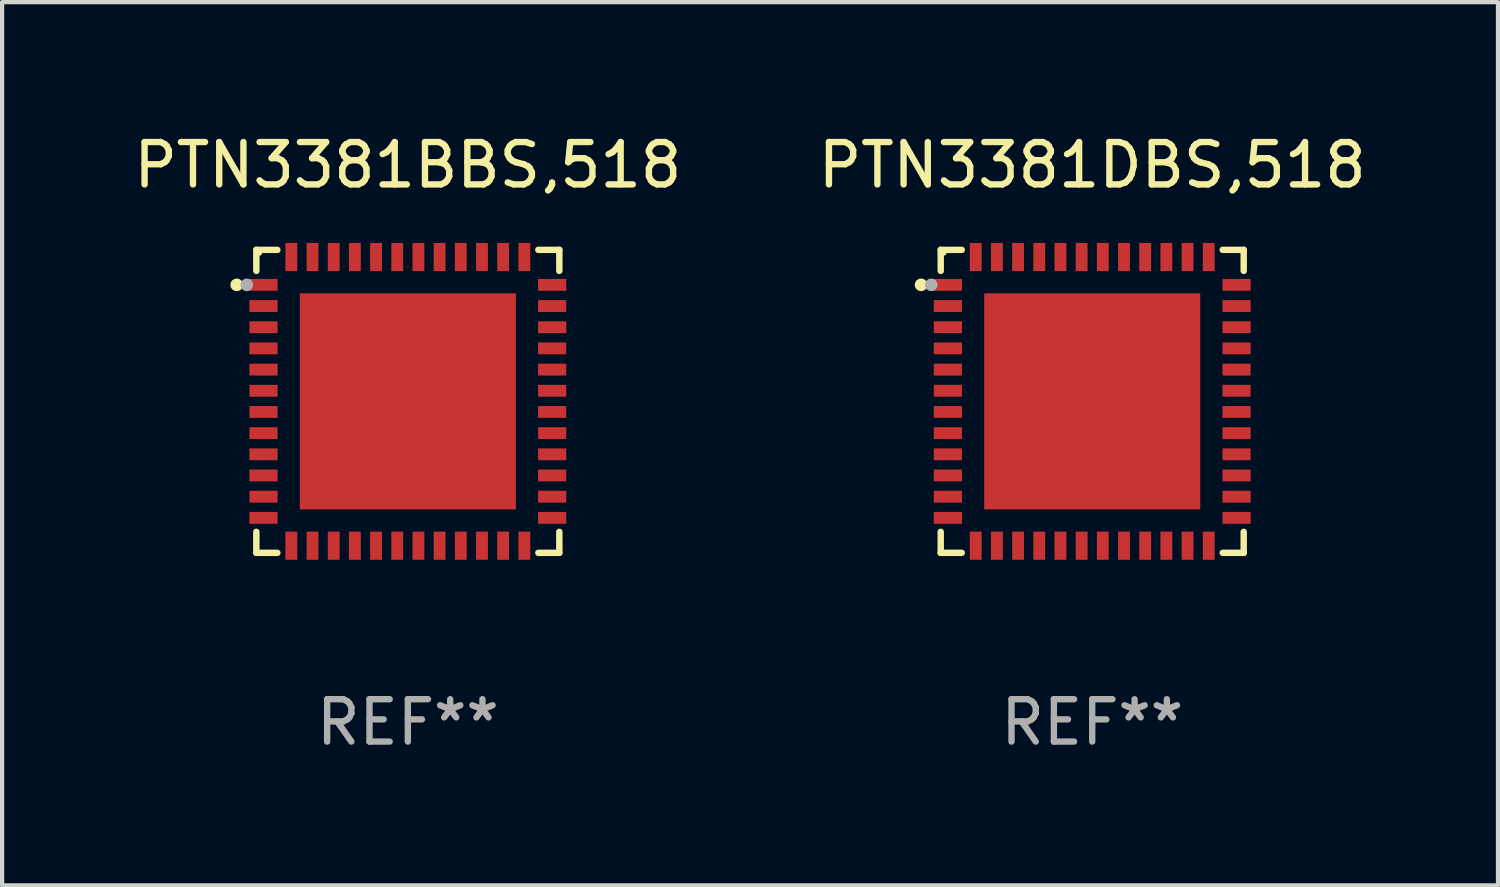
<source format=kicad_pcb>
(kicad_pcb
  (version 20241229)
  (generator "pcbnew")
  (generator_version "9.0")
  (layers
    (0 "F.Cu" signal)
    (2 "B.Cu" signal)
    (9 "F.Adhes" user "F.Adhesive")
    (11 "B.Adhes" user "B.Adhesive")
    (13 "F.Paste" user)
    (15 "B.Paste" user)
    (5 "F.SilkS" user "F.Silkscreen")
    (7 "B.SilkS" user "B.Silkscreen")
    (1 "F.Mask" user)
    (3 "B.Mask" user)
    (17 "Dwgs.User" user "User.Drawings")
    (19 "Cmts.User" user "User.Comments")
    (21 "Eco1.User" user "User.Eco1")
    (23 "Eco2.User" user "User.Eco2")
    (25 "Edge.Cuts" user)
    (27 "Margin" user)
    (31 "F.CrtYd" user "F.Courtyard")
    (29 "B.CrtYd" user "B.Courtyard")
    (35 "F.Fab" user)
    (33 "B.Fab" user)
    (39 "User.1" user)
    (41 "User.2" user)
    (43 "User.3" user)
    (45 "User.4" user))
  (footprint "PTN3381DBS,518"
    (layer "F.Cu")
    (at 22.732 6.424)
    (property "Reference" "PTN3381DBS,518" (at 0 -5.576 0) (layer "F.SilkS") (effects (font (size 1 1) (thickness 0.15))))
    (attr through_hole)
    (fp_line (start -3.576 -3.576) (end -3.576 -3.08) (stroke (width 0.152) (type solid)) (layer "F.SilkS"))
    (fp_line (start -3.576 3.576) (end -3.576 3.08) (stroke (width 0.152) (type solid)) (layer "F.SilkS"))
    (fp_line (start -3.08 -3.576) (end -3.576 -3.576) (stroke (width 0.152) (type solid)) (layer "F.SilkS"))
    (fp_line (start -3.08 3.576) (end -3.576 3.576) (stroke (width 0.152) (type solid)) (layer "F.SilkS"))
    (fp_line (start 3.08 -3.576) (end 3.576 -3.576) (stroke (width 0.152) (type solid)) (layer "F.SilkS"))
    (fp_line (start 3.08 3.576) (end 3.576 3.576) (stroke (width 0.152) (type solid)) (layer "F.SilkS"))
    (fp_line (start 3.576 -3.576) (end 3.576 -3.08) (stroke (width 0.152) (type solid)) (layer "F.SilkS"))
    (fp_line (start 3.576 3.576) (end 3.576 3.08) (stroke (width 0.152) (type solid)) (layer "F.SilkS"))
    (fp_circle (center -4.04 -2.75) (end -3.965 -2.75) (stroke (width 0.15) (type solid)) (fill no) (layer "F.SilkS"))
    (fp_circle (center -3.5 -3.5) (end -3.47 -3.5) (stroke (width 0.06) (type solid)) (fill no) (layer "F.SilkS"))
    (fp_circle (center -3.8 -2.75) (end -3.725 -2.75) (stroke (width 0.15) (type solid)) (fill no) (layer "F.Fab"))
    (fp_text user "REF**" (at 0 7.576 0) (layer "F.Fab") (effects (font (size 1 1) (thickness 0.15))))
    (pad "1" smd rect (at -3.407 -2.75) (size 0.665 0.28) (layers "F.Cu" "F.Mask" "F.Paste"))
    (pad "2" smd rect (at -3.407 -2.25) (size 0.665 0.28) (layers "F.Cu" "F.Mask" "F.Paste"))
    (pad "3" smd rect (at -3.407 -1.75) (size 0.665 0.28) (layers "F.Cu" "F.Mask" "F.Paste"))
    (pad "4" smd rect (at -3.407 -1.25) (size 0.665 0.28) (layers "F.Cu" "F.Mask" "F.Paste"))
    (pad "5" smd rect (at -3.407 -0.75) (size 0.665 0.28) (layers "F.Cu" "F.Mask" "F.Paste"))
    (pad "6" smd rect (at -3.407 -0.25) (size 0.665 0.28) (layers "F.Cu" "F.Mask" "F.Paste"))
    (pad "7" smd rect (at -3.407 0.25) (size 0.665 0.28) (layers "F.Cu" "F.Mask" "F.Paste"))
    (pad "8" smd rect (at -3.407 0.75) (size 0.665 0.28) (layers "F.Cu" "F.Mask" "F.Paste"))
    (pad "9" smd rect (at -3.407 1.25) (size 0.665 0.28) (layers "F.Cu" "F.Mask" "F.Paste"))
    (pad "10" smd rect (at -3.407 1.75) (size 0.665 0.28) (layers "F.Cu" "F.Mask" "F.Paste"))
    (pad "11" smd rect (at -3.407 2.25) (size 0.665 0.28) (layers "F.Cu" "F.Mask" "F.Paste"))
    (pad "12" smd rect (at -3.407 2.75) (size 0.665 0.28) (layers "F.Cu" "F.Mask" "F.Paste"))
    (pad "13" smd rect (at -2.75 3.407) (size 0.28 0.665) (layers "F.Cu" "F.Mask" "F.Paste"))
    (pad "14" smd rect (at -2.25 3.407) (size 0.28 0.665) (layers "F.Cu" "F.Mask" "F.Paste"))
    (pad "15" smd rect (at -1.75 3.407) (size 0.28 0.665) (layers "F.Cu" "F.Mask" "F.Paste"))
    (pad "16" smd rect (at -1.25 3.407) (size 0.28 0.665) (layers "F.Cu" "F.Mask" "F.Paste"))
    (pad "17" smd rect (at -0.75 3.407) (size 0.28 0.665) (layers "F.Cu" "F.Mask" "F.Paste"))
    (pad "18" smd rect (at -0.25 3.407) (size 0.28 0.665) (layers "F.Cu" "F.Mask" "F.Paste"))
    (pad "19" smd rect (at 0.25 3.407) (size 0.28 0.665) (layers "F.Cu" "F.Mask" "F.Paste"))
    (pad "20" smd rect (at 0.75 3.407) (size 0.28 0.665) (layers "F.Cu" "F.Mask" "F.Paste"))
    (pad "21" smd rect (at 1.25 3.407) (size 0.28 0.665) (layers "F.Cu" "F.Mask" "F.Paste"))
    (pad "22" smd rect (at 1.75 3.407) (size 0.28 0.665) (layers "F.Cu" "F.Mask" "F.Paste"))
    (pad "23" smd rect (at 2.25 3.407) (size 0.28 0.665) (layers "F.Cu" "F.Mask" "F.Paste"))
    (pad "24" smd rect (at 2.75 3.407) (size 0.28 0.665) (layers "F.Cu" "F.Mask" "F.Paste"))
    (pad "25" smd rect (at 3.407 2.75) (size 0.665 0.28) (layers "F.Cu" "F.Mask" "F.Paste"))
    (pad "26" smd rect (at 3.407 2.25) (size 0.665 0.28) (layers "F.Cu" "F.Mask" "F.Paste"))
    (pad "27" smd rect (at 3.407 1.75) (size 0.665 0.28) (layers "F.Cu" "F.Mask" "F.Paste"))
    (pad "28" smd rect (at 3.407 1.25) (size 0.665 0.28) (layers "F.Cu" "F.Mask" "F.Paste"))
    (pad "29" smd rect (at 3.407 0.75) (size 0.665 0.28) (layers "F.Cu" "F.Mask" "F.Paste"))
    (pad "30" smd rect (at 3.407 0.25) (size 0.665 0.28) (layers "F.Cu" "F.Mask" "F.Paste"))
    (pad "31" smd rect (at 3.407 -0.25) (size 0.665 0.28) (layers "F.Cu" "F.Mask" "F.Paste"))
    (pad "32" smd rect (at 3.407 -0.75) (size 0.665 0.28) (layers "F.Cu" "F.Mask" "F.Paste"))
    (pad "33" smd rect (at 3.407 -1.25) (size 0.665 0.28) (layers "F.Cu" "F.Mask" "F.Paste"))
    (pad "34" smd rect (at 3.407 -1.75) (size 0.665 0.28) (layers "F.Cu" "F.Mask" "F.Paste"))
    (pad "35" smd rect (at 3.407 -2.25) (size 0.665 0.28) (layers "F.Cu" "F.Mask" "F.Paste"))
    (pad "36" smd rect (at 3.407 -2.75) (size 0.665 0.28) (layers "F.Cu" "F.Mask" "F.Paste"))
    (pad "37" smd rect (at 2.75 -3.407) (size 0.28 0.665) (layers "F.Cu" "F.Mask" "F.Paste"))
    (pad "38" smd rect (at 2.25 -3.407) (size 0.28 0.665) (layers "F.Cu" "F.Mask" "F.Paste"))
    (pad "39" smd rect (at 1.75 -3.407) (size 0.28 0.665) (layers "F.Cu" "F.Mask" "F.Paste"))
    (pad "40" smd rect (at 1.25 -3.407) (size 0.28 0.665) (layers "F.Cu" "F.Mask" "F.Paste"))
    (pad "41" smd rect (at 0.75 -3.407) (size 0.28 0.665) (layers "F.Cu" "F.Mask" "F.Paste"))
    (pad "42" smd rect (at 0.25 -3.407) (size 0.28 0.665) (layers "F.Cu" "F.Mask" "F.Paste"))
    (pad "43" smd rect (at -0.25 -3.407) (size 0.28 0.665) (layers "F.Cu" "F.Mask" "F.Paste"))
    (pad "44" smd rect (at -0.75 -3.407) (size 0.28 0.665) (layers "F.Cu" "F.Mask" "F.Paste"))
    (pad "45" smd rect (at -1.25 -3.407) (size 0.28 0.665) (layers "F.Cu" "F.Mask" "F.Paste"))
    (pad "46" smd rect (at -1.75 -3.407) (size 0.28 0.665) (layers "F.Cu" "F.Mask" "F.Paste"))
    (pad "47" smd rect (at -2.25 -3.407) (size 0.28 0.665) (layers "F.Cu" "F.Mask" "F.Paste"))
    (pad "48" smd rect (at -2.75 -3.407) (size 0.28 0.665) (layers "F.Cu" "F.Mask" "F.Paste"))
    (pad "49" smd rect (at 0 0) (size 5.1 5.1) (layers "F.Cu" "F.Mask" "F.Paste")))
  (footprint "PTN3381BBS,518"
    (layer "F.Cu")
    (at 6.577 6.424)
    (property "Reference" "PTN3381BBS,518" (at 0 -5.576 0) (layer "F.SilkS") (effects (font (size 1 1) (thickness 0.15))))
    (attr through_hole)
    (fp_line (start -3.576 -3.576) (end -3.576 -3.08) (stroke (width 0.152) (type solid)) (layer "F.SilkS"))
    (fp_line (start -3.576 3.576) (end -3.576 3.08) (stroke (width 0.152) (type solid)) (layer "F.SilkS"))
    (fp_line (start -3.08 -3.576) (end -3.576 -3.576) (stroke (width 0.152) (type solid)) (layer "F.SilkS"))
    (fp_line (start -3.08 3.576) (end -3.576 3.576) (stroke (width 0.152) (type solid)) (layer "F.SilkS"))
    (fp_line (start 3.08 -3.576) (end 3.576 -3.576) (stroke (width 0.152) (type solid)) (layer "F.SilkS"))
    (fp_line (start 3.08 3.576) (end 3.576 3.576) (stroke (width 0.152) (type solid)) (layer "F.SilkS"))
    (fp_line (start 3.576 -3.576) (end 3.576 -3.08) (stroke (width 0.152) (type solid)) (layer "F.SilkS"))
    (fp_line (start 3.576 3.576) (end 3.576 3.08) (stroke (width 0.152) (type solid)) (layer "F.SilkS"))
    (fp_circle (center -4.04 -2.75) (end -3.965 -2.75) (stroke (width 0.15) (type solid)) (fill no) (layer "F.SilkS"))
    (fp_circle (center -3.5 -3.5) (end -3.47 -3.5) (stroke (width 0.06) (type solid)) (fill no) (layer "F.SilkS"))
    (fp_circle (center -3.8 -2.75) (end -3.725 -2.75) (stroke (width 0.15) (type solid)) (fill no) (layer "F.Fab"))
    (fp_text user "REF**" (at 0 7.576 0) (layer "F.Fab") (effects (font (size 1 1) (thickness 0.15))))
    (pad "1" smd rect (at -3.407 -2.75) (size 0.665 0.28) (layers "F.Cu" "F.Mask" "F.Paste"))
    (pad "2" smd rect (at -3.407 -2.25) (size 0.665 0.28) (layers "F.Cu" "F.Mask" "F.Paste"))
    (pad "3" smd rect (at -3.407 -1.75) (size 0.665 0.28) (layers "F.Cu" "F.Mask" "F.Paste"))
    (pad "4" smd rect (at -3.407 -1.25) (size 0.665 0.28) (layers "F.Cu" "F.Mask" "F.Paste"))
    (pad "5" smd rect (at -3.407 -0.75) (size 0.665 0.28) (layers "F.Cu" "F.Mask" "F.Paste"))
    (pad "6" smd rect (at -3.407 -0.25) (size 0.665 0.28) (layers "F.Cu" "F.Mask" "F.Paste"))
    (pad "7" smd rect (at -3.407 0.25) (size 0.665 0.28) (layers "F.Cu" "F.Mask" "F.Paste"))
    (pad "8" smd rect (at -3.407 0.75) (size 0.665 0.28) (layers "F.Cu" "F.Mask" "F.Paste"))
    (pad "9" smd rect (at -3.407 1.25) (size 0.665 0.28) (layers "F.Cu" "F.Mask" "F.Paste"))
    (pad "10" smd rect (at -3.407 1.75) (size 0.665 0.28) (layers "F.Cu" "F.Mask" "F.Paste"))
    (pad "11" smd rect (at -3.407 2.25) (size 0.665 0.28) (layers "F.Cu" "F.Mask" "F.Paste"))
    (pad "12" smd rect (at -3.407 2.75) (size 0.665 0.28) (layers "F.Cu" "F.Mask" "F.Paste"))
    (pad "13" smd rect (at -2.75 3.407) (size 0.28 0.665) (layers "F.Cu" "F.Mask" "F.Paste"))
    (pad "14" smd rect (at -2.25 3.407) (size 0.28 0.665) (layers "F.Cu" "F.Mask" "F.Paste"))
    (pad "15" smd rect (at -1.75 3.407) (size 0.28 0.665) (layers "F.Cu" "F.Mask" "F.Paste"))
    (pad "16" smd rect (at -1.25 3.407) (size 0.28 0.665) (layers "F.Cu" "F.Mask" "F.Paste"))
    (pad "17" smd rect (at -0.75 3.407) (size 0.28 0.665) (layers "F.Cu" "F.Mask" "F.Paste"))
    (pad "18" smd rect (at -0.25 3.407) (size 0.28 0.665) (layers "F.Cu" "F.Mask" "F.Paste"))
    (pad "19" smd rect (at 0.25 3.407) (size 0.28 0.665) (layers "F.Cu" "F.Mask" "F.Paste"))
    (pad "20" smd rect (at 0.75 3.407) (size 0.28 0.665) (layers "F.Cu" "F.Mask" "F.Paste"))
    (pad "21" smd rect (at 1.25 3.407) (size 0.28 0.665) (layers "F.Cu" "F.Mask" "F.Paste"))
    (pad "22" smd rect (at 1.75 3.407) (size 0.28 0.665) (layers "F.Cu" "F.Mask" "F.Paste"))
    (pad "23" smd rect (at 2.25 3.407) (size 0.28 0.665) (layers "F.Cu" "F.Mask" "F.Paste"))
    (pad "24" smd rect (at 2.75 3.407) (size 0.28 0.665) (layers "F.Cu" "F.Mask" "F.Paste"))
    (pad "25" smd rect (at 3.407 2.75) (size 0.665 0.28) (layers "F.Cu" "F.Mask" "F.Paste"))
    (pad "26" smd rect (at 3.407 2.25) (size 0.665 0.28) (layers "F.Cu" "F.Mask" "F.Paste"))
    (pad "27" smd rect (at 3.407 1.75) (size 0.665 0.28) (layers "F.Cu" "F.Mask" "F.Paste"))
    (pad "28" smd rect (at 3.407 1.25) (size 0.665 0.28) (layers "F.Cu" "F.Mask" "F.Paste"))
    (pad "29" smd rect (at 3.407 0.75) (size 0.665 0.28) (layers "F.Cu" "F.Mask" "F.Paste"))
    (pad "30" smd rect (at 3.407 0.25) (size 0.665 0.28) (layers "F.Cu" "F.Mask" "F.Paste"))
    (pad "31" smd rect (at 3.407 -0.25) (size 0.665 0.28) (layers "F.Cu" "F.Mask" "F.Paste"))
    (pad "32" smd rect (at 3.407 -0.75) (size 0.665 0.28) (layers "F.Cu" "F.Mask" "F.Paste"))
    (pad "33" smd rect (at 3.407 -1.25) (size 0.665 0.28) (layers "F.Cu" "F.Mask" "F.Paste"))
    (pad "34" smd rect (at 3.407 -1.75) (size 0.665 0.28) (layers "F.Cu" "F.Mask" "F.Paste"))
    (pad "35" smd rect (at 3.407 -2.25) (size 0.665 0.28) (layers "F.Cu" "F.Mask" "F.Paste"))
    (pad "36" smd rect (at 3.407 -2.75) (size 0.665 0.28) (layers "F.Cu" "F.Mask" "F.Paste"))
    (pad "37" smd rect (at 2.75 -3.407) (size 0.28 0.665) (layers "F.Cu" "F.Mask" "F.Paste"))
    (pad "38" smd rect (at 2.25 -3.407) (size 0.28 0.665) (layers "F.Cu" "F.Mask" "F.Paste"))
    (pad "39" smd rect (at 1.75 -3.407) (size 0.28 0.665) (layers "F.Cu" "F.Mask" "F.Paste"))
    (pad "40" smd rect (at 1.25 -3.407) (size 0.28 0.665) (layers "F.Cu" "F.Mask" "F.Paste"))
    (pad "41" smd rect (at 0.75 -3.407) (size 0.28 0.665) (layers "F.Cu" "F.Mask" "F.Paste"))
    (pad "42" smd rect (at 0.25 -3.407) (size 0.28 0.665) (layers "F.Cu" "F.Mask" "F.Paste"))
    (pad "43" smd rect (at -0.25 -3.407) (size 0.28 0.665) (layers "F.Cu" "F.Mask" "F.Paste"))
    (pad "44" smd rect (at -0.75 -3.407) (size 0.28 0.665) (layers "F.Cu" "F.Mask" "F.Paste"))
    (pad "45" smd rect (at -1.25 -3.407) (size 0.28 0.665) (layers "F.Cu" "F.Mask" "F.Paste"))
    (pad "46" smd rect (at -1.75 -3.407) (size 0.28 0.665) (layers "F.Cu" "F.Mask" "F.Paste"))
    (pad "47" smd rect (at -2.25 -3.407) (size 0.28 0.665) (layers "F.Cu" "F.Mask" "F.Paste"))
    (pad "48" smd rect (at -2.75 -3.407) (size 0.28 0.665) (layers "F.Cu" "F.Mask" "F.Paste"))
    (pad "49" smd rect (at 0 0) (size 5.1 5.1) (layers "F.Cu" "F.Mask" "F.Paste")))
  (gr_rect
    (start -3 -3)
    (end 32.31 17.849)
    (stroke (width 0.1) (type default))
    (fill no)
    (layer "Edge.Cuts")))
</source>
